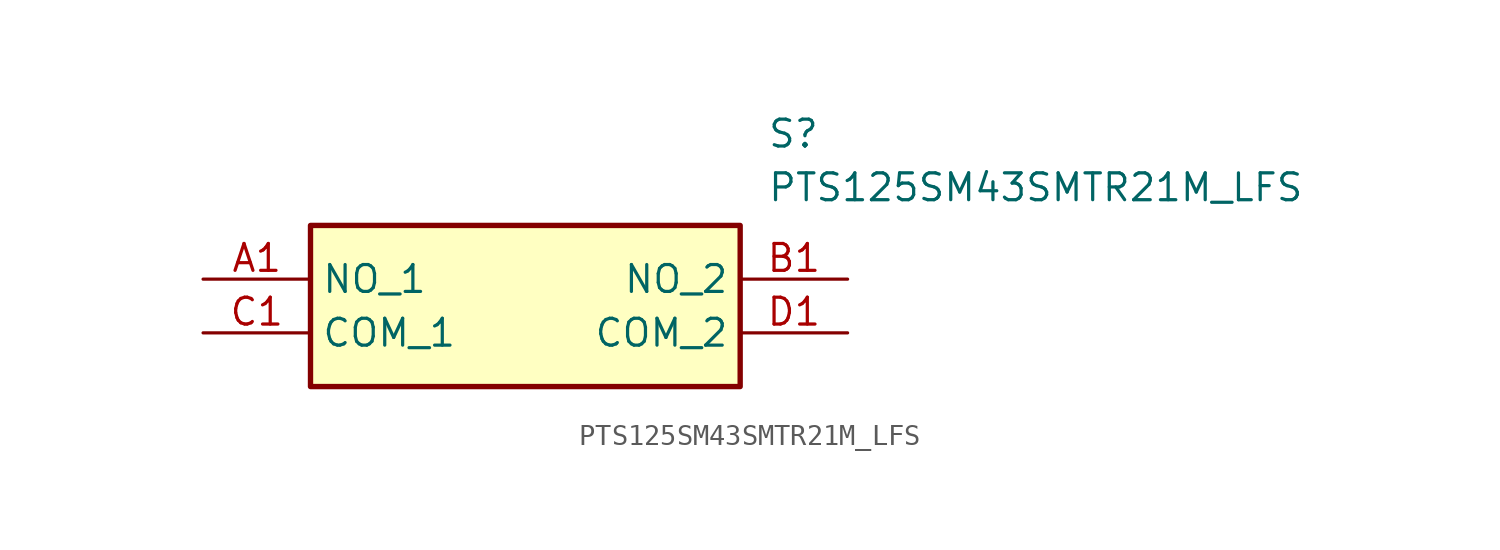
<source format=kicad_sym>
(kicad_symbol_lib
  (version 20211014)
  (generator SamacSys_ECAD_Model)
  (symbol "PTS125SM43SMTR21M_LFS"
    (property "Reference" "S"
      (at 26.67 7.62 0)
      (effects (font (size 1.27 1.27)) (justify left top)))
    (property "Value" "PTS125SM43SMTR21M_LFS"
      (at 26.67 5.08 0)
      (effects (font (size 1.27 1.27)) (justify left top)))
    (rectangle
      (start 5.08 2.54)
      (end 25.4 -5.08)
      (stroke (width 0.254) (type default))
      (fill (type background)))
    (pin passive line
      (at 0 0 0)
      (length 5.08)
      (name "NO_1" (effects (font (size 1.27 1.27))))
      (number "A1" (effects (font (size 1.27 1.27)))))
    (pin passive line
      (at 30.48 0 180)
      (length 5.08)
      (name "NO_2" (effects (font (size 1.27 1.27))))
      (number "B1" (effects (font (size 1.27 1.27)))))
    (pin passive line
      (at 0 -2.54 0)
      (length 5.08)
      (name "COM_1" (effects (font (size 1.27 1.27))))
      (number "C1" (effects (font (size 1.27 1.27)))))
    (pin passive line
      (at 30.48 -2.54 180)
      (length 5.08)
      (name "COM_2" (effects (font (size 1.27 1.27))))
      (number "D1" (effects (font (size 1.27 1.27)))))))
</source>
